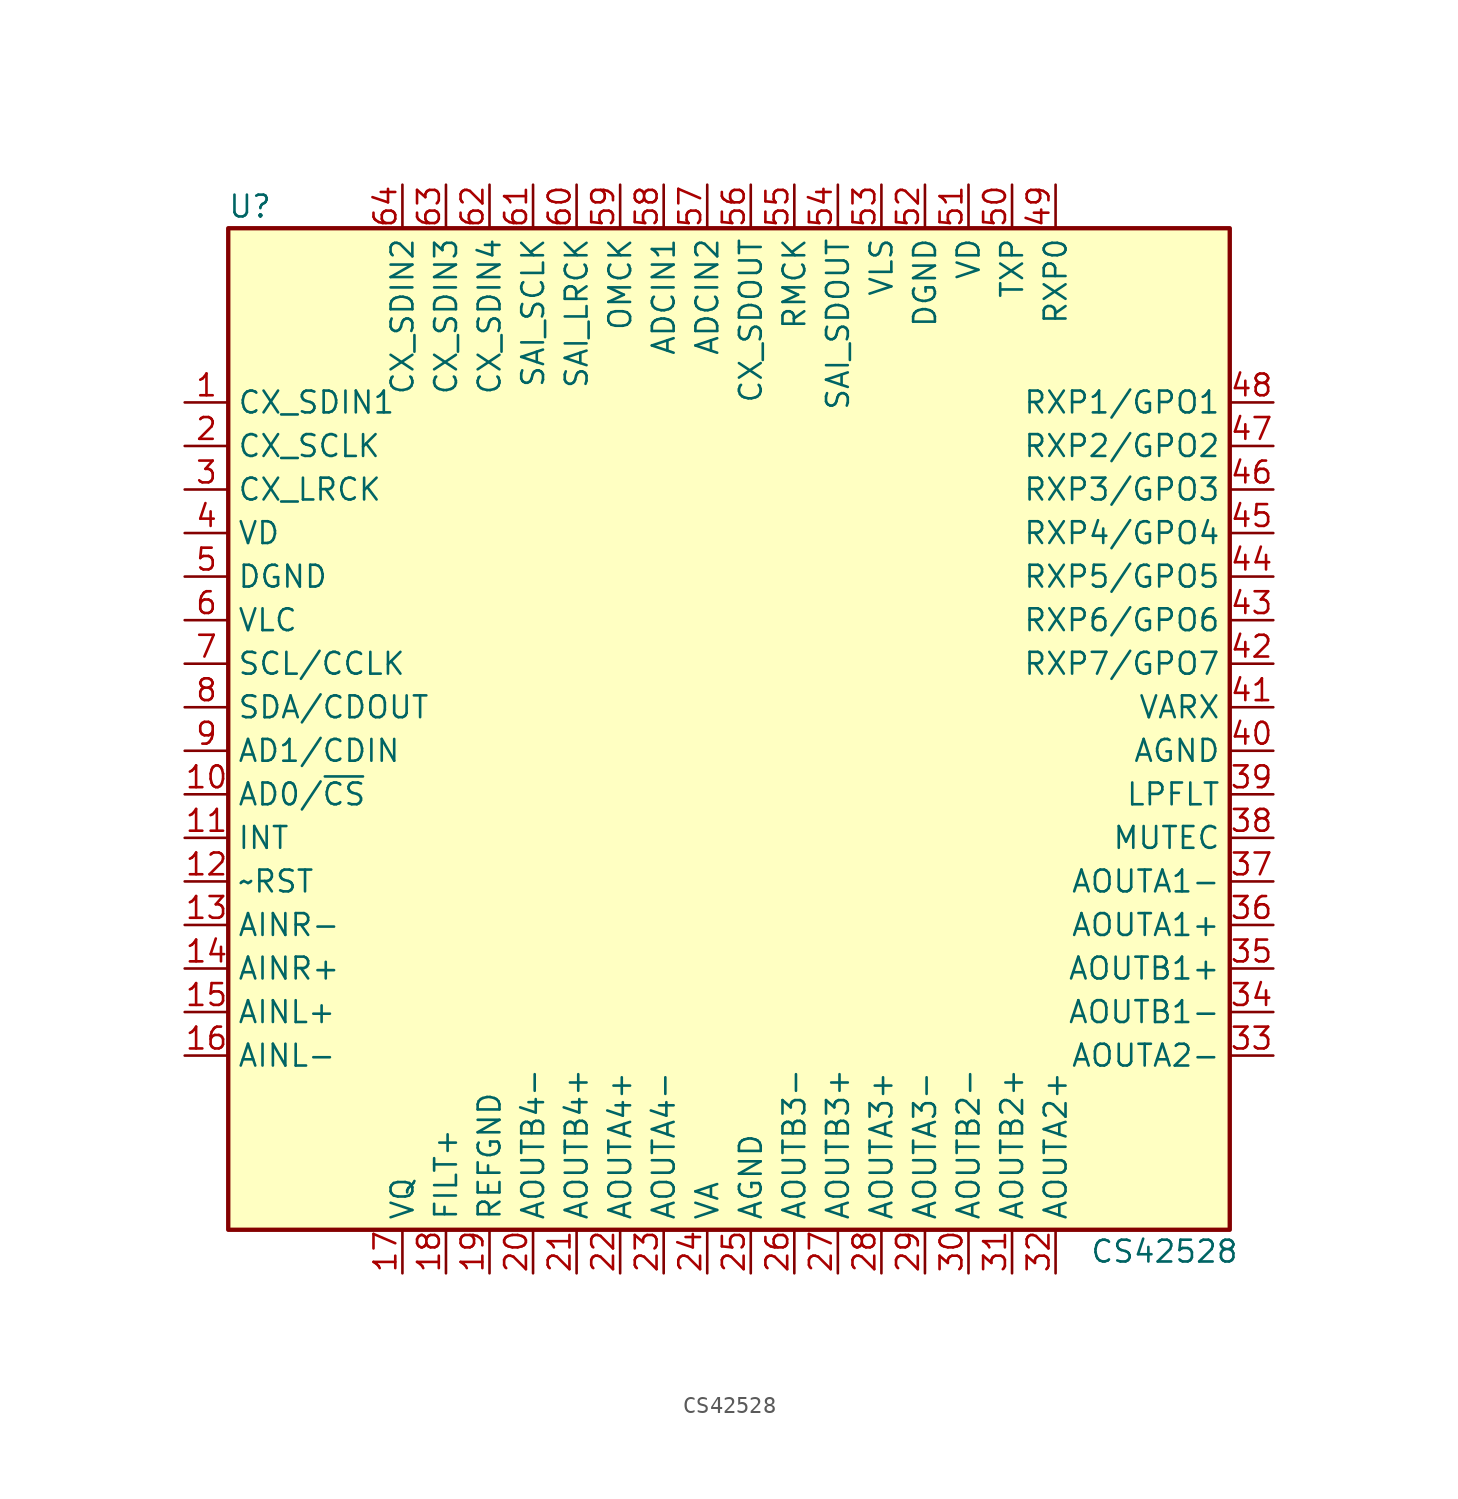
<source format=kicad_sym>
(kicad_symbol_lib
  (version 20211014)
  (generator kicad_symbol_editor)
  (symbol "CS42528"
    (property "Reference" "U"
      (at -26.67 31.75 0)
      (effects (font (size 1.27 1.27))))
    (property "Value" "CS42528"
      (at 26.67 -29.21 0)
      (effects (font (size 1.27 1.27))))
    (symbol "CS42528_0_0"
      (pin input line (at -30.48 -2.54 0) (length 2.54) (name "AD0/~{CS}" (effects (font (size 1.27 1.27)))) (number "10" (effects (font (size 1.27 1.27)))))
      (pin output line (at -30.48 -5.08 0) (length 2.54) (name "INT" (effects (font (size 1.27 1.27)))) (number "11" (effects (font (size 1.27 1.27)))))
      (pin input line (at -30.48 -7.62 0) (length 2.54) (name "~RST" (effects (font (size 1.27 1.27)))) (number "12" (effects (font (size 1.27 1.27)))))
      (pin input line (at -30.48 -10.16 0) (length 2.54) (name "AINR-" (effects (font (size 1.27 1.27)))) (number "13" (effects (font (size 1.27 1.27)))))
      (pin input line (at -30.48 -12.7 0) (length 2.54) (name "AINR+" (effects (font (size 1.27 1.27)))) (number "14" (effects (font (size 1.27 1.27)))))
      (pin input line (at -30.48 -15.24 0) (length 2.54) (name "AINL+" (effects (font (size 1.27 1.27)))) (number "15" (effects (font (size 1.27 1.27)))))
      (pin input line (at -30.48 -17.78 0) (length 2.54) (name "AINL-" (effects (font (size 1.27 1.27)))) (number "16" (effects (font (size 1.27 1.27)))))
      (pin output line (at -17.78 -30.48 90) (length 2.54) (name "VQ" (effects (font (size 1.27 1.27)))) (number "17" (effects (font (size 1.27 1.27)))))
      (pin output line (at -15.24 -30.48 90) (length 2.54) (name "FILT+" (effects (font (size 1.27 1.27)))) (number "18" (effects (font (size 1.27 1.27)))))
      (pin input line (at -12.7 -30.48 90) (length 2.54) (name "REFGND" (effects (font (size 1.27 1.27)))) (number "19" (effects (font (size 1.27 1.27)))))
      (pin output line (at -10.16 -30.48 90) (length 2.54) (name "AOUTB4-" (effects (font (size 1.27 1.27)))) (number "20" (effects (font (size 1.27 1.27)))))
      (pin output line (at -7.62 -30.48 90) (length 2.54) (name "AOUTB4+" (effects (font (size 1.27 1.27)))) (number "21" (effects (font (size 1.27 1.27)))))
      (pin output line (at -5.08 -30.48 90) (length 2.54) (name "AOUTA4+" (effects (font (size 1.27 1.27)))) (number "22" (effects (font (size 1.27 1.27)))))
      (pin output line (at -2.54 -30.48 90) (length 2.54) (name "AOUTA4-" (effects (font (size 1.27 1.27)))) (number "23" (effects (font (size 1.27 1.27)))))
      (pin power_in line (at 0 -30.48 90) (length 2.54) (name "VA" (effects (font (size 1.27 1.27)))) (number "24" (effects (font (size 1.27 1.27)))))
      (pin power_in line (at 2.54 -30.48 90) (length 2.54) (name "AGND" (effects (font (size 1.27 1.27)))) (number "25" (effects (font (size 1.27 1.27)))))
      (pin output line (at 5.08 -30.48 90) (length 2.54) (name "AOUTB3-" (effects (font (size 1.27 1.27)))) (number "26" (effects (font (size 1.27 1.27)))))
      (pin output line (at 7.62 -30.48 90) (length 2.54) (name "AOUTB3+" (effects (font (size 1.27 1.27)))) (number "27" (effects (font (size 1.27 1.27)))))
      (pin output line (at 10.16 -30.48 90) (length 2.54) (name "AOUTA3+" (effects (font (size 1.27 1.27)))) (number "28" (effects (font (size 1.27 1.27)))))
      (pin output line (at 12.7 -30.48 90) (length 2.54) (name "AOUTA3-" (effects (font (size 1.27 1.27)))) (number "29" (effects (font (size 1.27 1.27)))))
      (pin output line (at 15.24 -30.48 90) (length 2.54) (name "AOUTB2-" (effects (font (size 1.27 1.27)))) (number "30" (effects (font (size 1.27 1.27)))))
      (pin output line (at 17.78 -30.48 90) (length 2.54) (name "AOUTB2+" (effects (font (size 1.27 1.27)))) (number "31" (effects (font (size 1.27 1.27)))))
      (pin output line (at 20.32 -30.48 90) (length 2.54) (name "AOUTA2+" (effects (font (size 1.27 1.27)))) (number "32" (effects (font (size 1.27 1.27)))))
      (pin output line (at 33.02 -17.78 180) (length 2.54) (name "AOUTA2-" (effects (font (size 1.27 1.27)))) (number "33" (effects (font (size 1.27 1.27)))))
      (pin output line (at 33.02 -15.24 180) (length 2.54) (name "AOUTB1-" (effects (font (size 1.27 1.27)))) (number "34" (effects (font (size 1.27 1.27)))))
      (pin output line (at 33.02 -12.7 180) (length 2.54) (name "AOUTB1+" (effects (font (size 1.27 1.27)))) (number "35" (effects (font (size 1.27 1.27)))))
      (pin output line (at 33.02 -10.16 180) (length 2.54) (name "AOUTA1+" (effects (font (size 1.27 1.27)))) (number "36" (effects (font (size 1.27 1.27)))))
      (pin output line (at 33.02 -7.62 180) (length 2.54) (name "AOUTA1-" (effects (font (size 1.27 1.27)))) (number "37" (effects (font (size 1.27 1.27)))))
      (pin output line (at 33.02 -5.08 180) (length 2.54) (name "MUTEC" (effects (font (size 1.27 1.27)))) (number "38" (effects (font (size 1.27 1.27)))))
      (pin output line (at 33.02 -2.54 180) (length 2.54) (name "LPFLT" (effects (font (size 1.27 1.27)))) (number "39" (effects (font (size 1.27 1.27)))))
      (pin power_in line (at -30.48 12.7 0) (length 2.54) (name "VD" (effects (font (size 1.27 1.27)))) (number "4" (effects (font (size 1.27 1.27)))))
      (pin power_in line (at 33.02 0 180) (length 2.54) (name "AGND" (effects (font (size 1.27 1.27)))) (number "40" (effects (font (size 1.27 1.27)))))
      (pin power_in line (at 33.02 2.54 180) (length 2.54) (name "VARX" (effects (font (size 1.27 1.27)))) (number "41" (effects (font (size 1.27 1.27)))))
      (pin bidirectional line (at 33.02 5.08 180) (length 2.54) (name "RXP7/GPO7" (effects (font (size 1.27 1.27)))) (number "42" (effects (font (size 1.27 1.27)))))
      (pin bidirectional line (at 33.02 7.62 180) (length 2.54) (name "RXP6/GPO6" (effects (font (size 1.27 1.27)))) (number "43" (effects (font (size 1.27 1.27)))))
      (pin bidirectional line (at 33.02 10.16 180) (length 2.54) (name "RXP5/GPO5" (effects (font (size 1.27 1.27)))) (number "44" (effects (font (size 1.27 1.27)))))
      (pin bidirectional line (at 33.02 12.7 180) (length 2.54) (name "RXP4/GPO4" (effects (font (size 1.27 1.27)))) (number "45" (effects (font (size 1.27 1.27)))))
      (pin bidirectional line (at 33.02 15.24 180) (length 2.54) (name "RXP3/GPO3" (effects (font (size 1.27 1.27)))) (number "46" (effects (font (size 1.27 1.27)))))
      (pin bidirectional line (at 33.02 17.78 180) (length 2.54) (name "RXP2/GPO2" (effects (font (size 1.27 1.27)))) (number "47" (effects (font (size 1.27 1.27)))))
      (pin bidirectional line (at 33.02 20.32 180) (length 2.54) (name "RXP1/GPO1" (effects (font (size 1.27 1.27)))) (number "48" (effects (font (size 1.27 1.27)))))
      (pin input line (at 20.32 33.02 270) (length 2.54) (name "RXP0" (effects (font (size 1.27 1.27)))) (number "49" (effects (font (size 1.27 1.27)))))
      (pin power_in line (at -30.48 10.16 0) (length 2.54) (name "DGND" (effects (font (size 1.27 1.27)))) (number "5" (effects (font (size 1.27 1.27)))))
      (pin output line (at 17.78 33.02 270) (length 2.54) (name "TXP" (effects (font (size 1.27 1.27)))) (number "50" (effects (font (size 1.27 1.27)))))
      (pin power_in line (at 15.24 33.02 270) (length 2.54) (name "VD" (effects (font (size 1.27 1.27)))) (number "51" (effects (font (size 1.27 1.27)))))
      (pin power_in line (at 12.7 33.02 270) (length 2.54) (name "DGND" (effects (font (size 1.27 1.27)))) (number "52" (effects (font (size 1.27 1.27)))))
      (pin power_in line (at 10.16 33.02 270) (length 2.54) (name "VLS" (effects (font (size 1.27 1.27)))) (number "53" (effects (font (size 1.27 1.27)))))
      (pin output line (at 7.62 33.02 270) (length 2.54) (name "SAI_SDOUT" (effects (font (size 1.27 1.27)))) (number "54" (effects (font (size 1.27 1.27)))))
      (pin output line (at 5.08 33.02 270) (length 2.54) (name "RMCK" (effects (font (size 1.27 1.27)))) (number "55" (effects (font (size 1.27 1.27)))))
      (pin output line (at 2.54 33.02 270) (length 2.54) (name "CX_SDOUT" (effects (font (size 1.27 1.27)))) (number "56" (effects (font (size 1.27 1.27)))))
      (pin input line (at 0 33.02 270) (length 2.54) (name "ADCIN2" (effects (font (size 1.27 1.27)))) (number "57" (effects (font (size 1.27 1.27)))))
      (pin input line (at -2.54 33.02 270) (length 2.54) (name "ADCIN1" (effects (font (size 1.27 1.27)))) (number "58" (effects (font (size 1.27 1.27)))))
      (pin input line (at -5.08 33.02 270) (length 2.54) (name "OMCK" (effects (font (size 1.27 1.27)))) (number "59" (effects (font (size 1.27 1.27)))))
      (pin input line (at -30.48 7.62 0) (length 2.54) (name "VLC" (effects (font (size 1.27 1.27)))) (number "6" (effects (font (size 1.27 1.27)))))
      (pin bidirectional line (at -7.62 33.02 270) (length 2.54) (name "SAI_LRCK" (effects (font (size 1.27 1.27)))) (number "60" (effects (font (size 1.27 1.27)))))
      (pin bidirectional line (at -10.16 33.02 270) (length 2.54) (name "SAI_SCLK" (effects (font (size 1.27 1.27)))) (number "61" (effects (font (size 1.27 1.27)))))
      (pin input line (at -12.7 33.02 270) (length 2.54) (name "CX_SDIN4" (effects (font (size 1.27 1.27)))) (number "62" (effects (font (size 1.27 1.27)))))
      (pin input line (at -15.24 33.02 270) (length 2.54) (name "CX_SDIN3" (effects (font (size 1.27 1.27)))) (number "63" (effects (font (size 1.27 1.27)))))
      (pin input line (at -17.78 33.02 270) (length 2.54) (name "CX_SDIN2" (effects (font (size 1.27 1.27)))) (number "64" (effects (font (size 1.27 1.27)))))
      (pin input line (at -30.48 5.08 0) (length 2.54) (name "SCL/CCLK" (effects (font (size 1.27 1.27)))) (number "7" (effects (font (size 1.27 1.27)))))
      (pin bidirectional line (at -30.48 2.54 0) (length 2.54) (name "SDA/CDOUT" (effects (font (size 1.27 1.27)))) (number "8" (effects (font (size 1.27 1.27)))))
      (pin input line (at -30.48 0 0) (length 2.54) (name "AD1/CDIN" (effects (font (size 1.27 1.27)))) (number "9" (effects (font (size 1.27 1.27))))))
    (symbol "CS42528_0_1"
      (rectangle (start -27.94 30.48) (end 30.48 -27.94) (stroke (width 0.254) (type default) (color 0 0 0 0)) (fill (type background))))
    (symbol "CS42528_1_1"
      (pin input line (at -30.48 20.32 0) (length 2.54) (name "CX_SDIN1" (effects (font (size 1.27 1.27)))) (number "1" (effects (font (size 1.27 1.27)))))
      (pin bidirectional line (at -30.48 17.78 0) (length 2.54) (name "CX_SCLK" (effects (font (size 1.27 1.27)))) (number "2" (effects (font (size 1.27 1.27)))))
      (pin bidirectional line (at -30.48 15.24 0) (length 2.54) (name "CX_LRCK" (effects (font (size 1.27 1.27)))) (number "3" (effects (font (size 1.27 1.27))))))))
</source>
